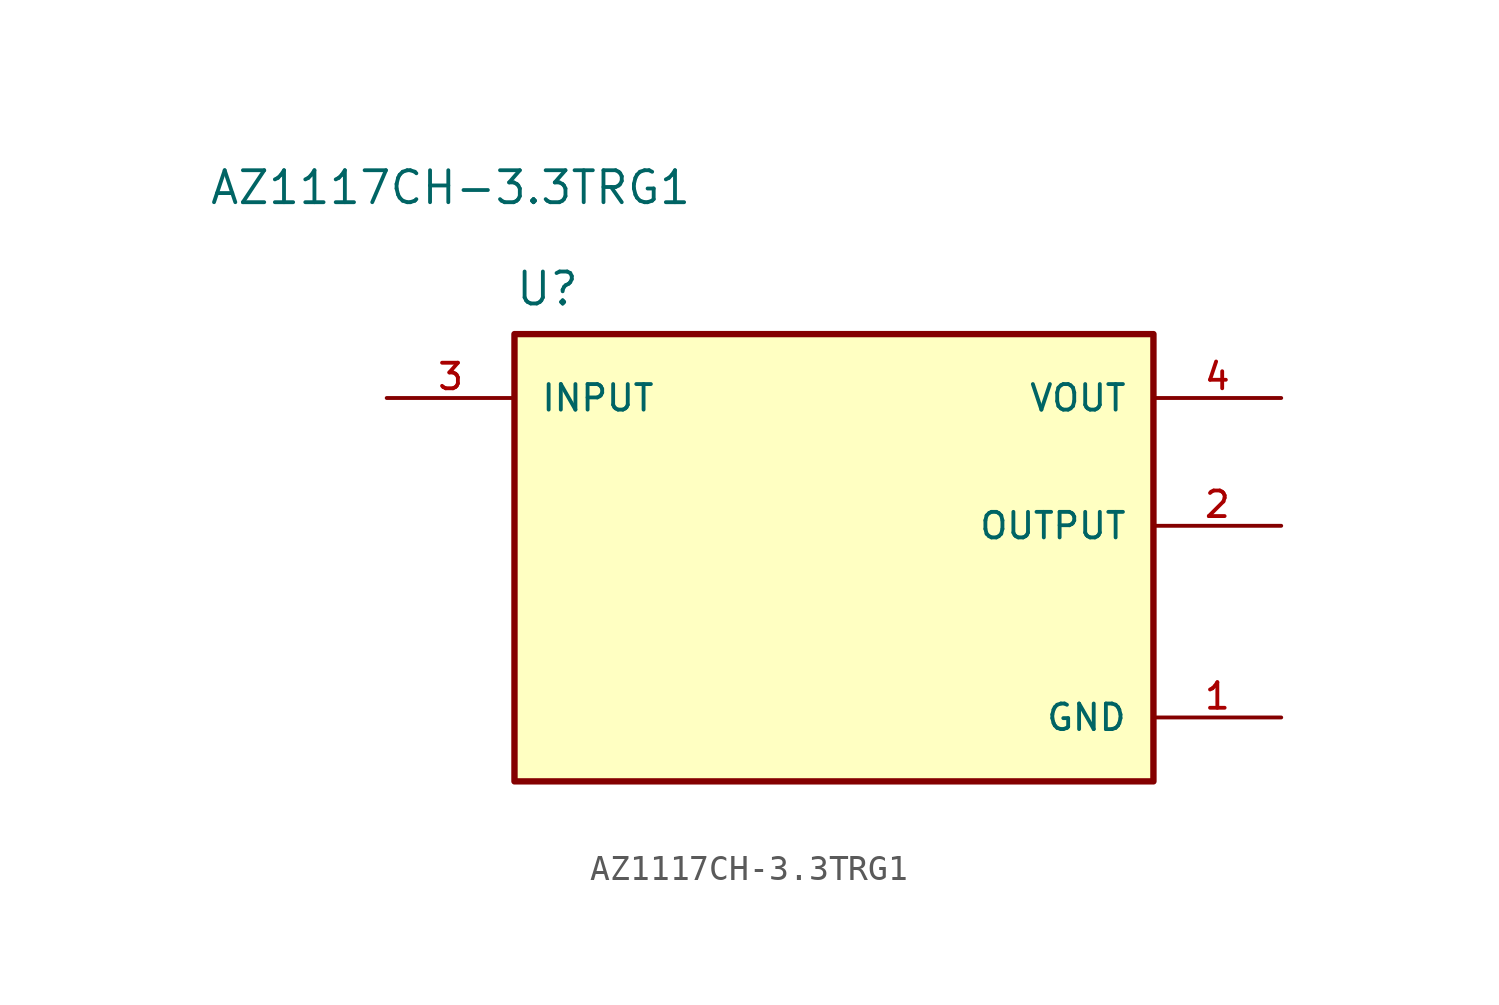
<source format=kicad_sym>
(kicad_symbol_lib
  (version 20220914)
  (generator kicad_symbol_editor)
  (symbol "AZ1117CH-3.3TRG1"
    (pin_names
      (offset 1.016))
    (property "Reference" "U"
      (at 2.54 -2.54 0)
      (effects (font (size 1.27 1.27)) (justify left top)))
    (property "Value" "AZ1117CH-3.3TRG1"
      (at 0 0 0)
      (effects (font (size 1.27 1.27)) (justify bottom)))
    (symbol "AZ1117CH-3.3TRG1_0_0"
      (rectangle (start 2.54 -22.86) (end 27.94 -5.08) (stroke (width 0.254) (type default)) (fill (type background)))
      (pin power_in line (at 33.02 -20.32 180) (length 5.08) (name "GND" (effects (font (size 1.016 1.016)))) (number "1" (effects (font (size 1.016 1.016)))))
      (pin power_in line (at 33.02 -12.7 180) (length 5.08) (name "OUTPUT" (effects (font (size 1.016 1.016)))) (number "2" (effects (font (size 1.016 1.016)))))
      (pin power_in line (at -2.54 -7.62 0) (length 5.08) (name "INPUT" (effects (font (size 1.016 1.016)))) (number "3" (effects (font (size 1.016 1.016)))))
      (pin power_in line (at 33.02 -7.62 180) (length 5.08) (name "VOUT" (effects (font (size 1.016 1.016)))) (number "4" (effects (font (size 1.016 1.016))))))))
</source>
